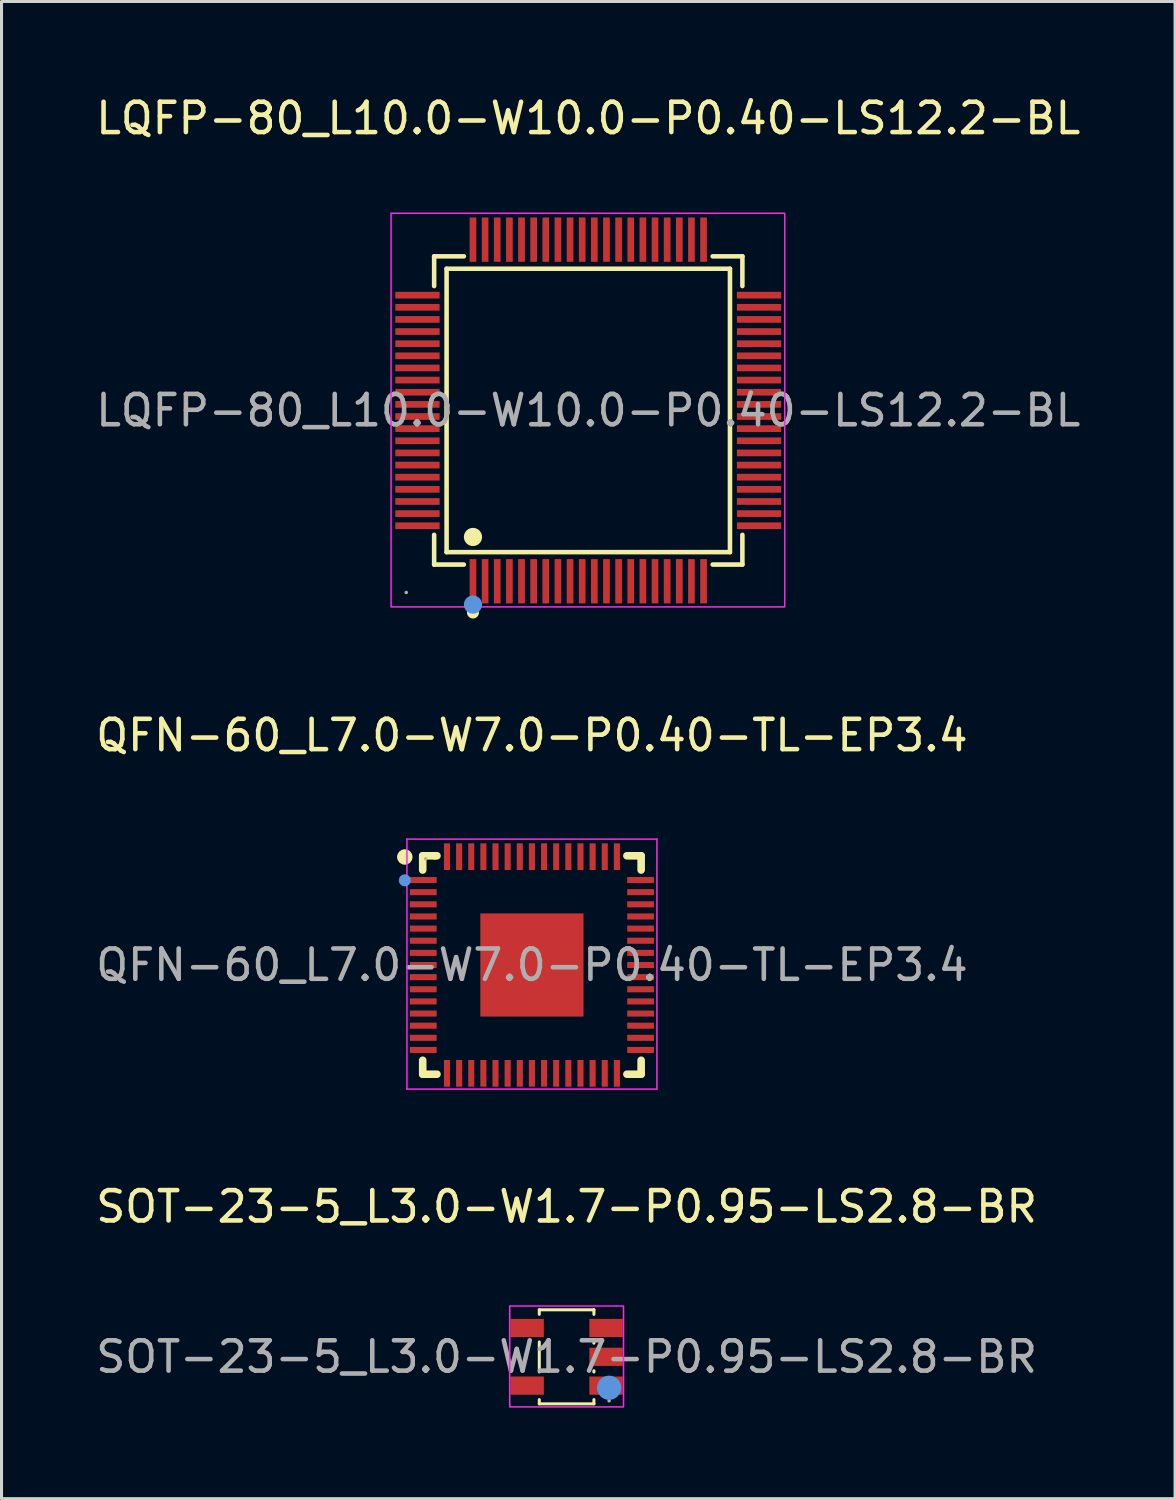
<source format=kicad_pcb>
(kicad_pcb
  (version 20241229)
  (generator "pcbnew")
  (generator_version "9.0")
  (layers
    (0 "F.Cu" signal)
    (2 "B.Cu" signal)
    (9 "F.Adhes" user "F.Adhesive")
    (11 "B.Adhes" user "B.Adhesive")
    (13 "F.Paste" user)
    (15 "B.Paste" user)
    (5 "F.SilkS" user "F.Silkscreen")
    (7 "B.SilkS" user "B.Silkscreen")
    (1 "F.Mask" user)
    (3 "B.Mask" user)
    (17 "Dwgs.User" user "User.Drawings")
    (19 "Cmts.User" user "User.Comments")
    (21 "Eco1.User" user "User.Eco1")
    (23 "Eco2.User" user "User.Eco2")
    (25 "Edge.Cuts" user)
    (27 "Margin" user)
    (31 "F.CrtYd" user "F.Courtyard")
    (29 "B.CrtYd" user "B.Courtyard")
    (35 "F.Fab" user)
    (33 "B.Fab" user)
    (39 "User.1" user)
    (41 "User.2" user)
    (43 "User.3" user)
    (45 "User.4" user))
  (footprint "QFN-60_L7.0-W7.0-P0.40-TL-EP3.4"
    (layer "F.Cu")
    (at 14.482 28.756)
    (property "Reference" "QFN-60_L7.0-W7.0-P0.40-TL-EP3.4" (at 0 -7.57 0) (layer "F.SilkS") (effects (font (size 1 1) (thickness 0.15))))
    (attr smd)
    (fp_line (start -3.6 -3.6) (end -3.6 -3.13) (stroke (width 0.25) (type solid)) (layer "F.SilkS"))
    (fp_line (start -3.6 3.14) (end -3.6 3.6) (stroke (width 0.25) (type solid)) (layer "F.SilkS"))
    (fp_line (start -3.6 3.6) (end -3.13 3.6) (stroke (width 0.25) (type solid)) (layer "F.SilkS"))
    (fp_line (start -3.2 -3.6) (end -3.6 -3.6) (stroke (width 0.25) (type solid)) (layer "F.SilkS"))
    (fp_line (start -3.13 -3.6) (end -3.2 -3.6) (stroke (width 0.25) (type solid)) (layer "F.SilkS"))
    (fp_line (start 3.13 3.6) (end 3.6 3.6) (stroke (width 0.25) (type solid)) (layer "F.SilkS"))
    (fp_line (start 3.6 -3.6) (end 3.13 -3.6) (stroke (width 0.25) (type solid)) (layer "F.SilkS"))
    (fp_line (start 3.6 -3.13) (end 3.6 -3.6) (stroke (width 0.25) (type solid)) (layer "F.SilkS"))
    (fp_line (start 3.6 3.6) (end 3.6 3.14) (stroke (width 0.25) (type solid)) (layer "F.SilkS"))
    (fp_circle (center -4.19 -3.56) (end -4.06 -3.56) (stroke (width 0.25) (type solid)) (fill no) (layer "F.SilkS"))
    (fp_circle (center -4.19 -2.79) (end -4.09 -2.79) (stroke (width 0.2) (type solid)) (fill no) (layer "Cmts.User"))
    (fp_line (start -4.12 -4.15) (end -4.12 4.09) (stroke (width 0.05) (type solid)) (layer "F.CrtYd"))
    (fp_line (start -4.12 4.09) (end 4.12 4.09) (stroke (width 0.05) (type solid)) (layer "F.CrtYd"))
    (fp_line (start 4.12 -4.15) (end -4.12 -4.15) (stroke (width 0.05) (type solid)) (layer "F.CrtYd"))
    (fp_line (start 4.12 4.09) (end 4.12 -4.15) (stroke (width 0.05) (type solid)) (layer "F.CrtYd"))
    (fp_circle (center -3.5 -3.5) (end -3.47 -3.5) (stroke (width 0.06) (type solid)) (fill no) (layer "F.Fab"))
    (fp_text user "${REFERENCE}" (at 0 0 0) (layer "F.Fab") (effects (font (size 1 1) (thickness 0.15))))
    (pad "1" smd rect (at -3.58 -2.8) (size 0.88 0.2) (layers "F.Cu" "F.Mask" "F.Paste"))
    (pad "2" smd rect (at -3.58 -2.4) (size 0.88 0.2) (layers "F.Cu" "F.Mask" "F.Paste"))
    (pad "3" smd rect (at -3.58 -2) (size 0.88 0.2) (layers "F.Cu" "F.Mask" "F.Paste"))
    (pad "4" smd rect (at -3.58 -1.6) (size 0.88 0.2) (layers "F.Cu" "F.Mask" "F.Paste"))
    (pad "5" smd rect (at -3.58 -1.2) (size 0.88 0.2) (layers "F.Cu" "F.Mask" "F.Paste"))
    (pad "6" smd rect (at -3.58 -0.8) (size 0.88 0.2) (layers "F.Cu" "F.Mask" "F.Paste"))
    (pad "7" smd rect (at -3.58 -0.4) (size 0.88 0.2) (layers "F.Cu" "F.Mask" "F.Paste"))
    (pad "8" smd rect (at -3.58 0) (size 0.88 0.2) (layers "F.Cu" "F.Mask" "F.Paste"))
    (pad "9" smd rect (at -3.58 0.4) (size 0.88 0.2) (layers "F.Cu" "F.Mask" "F.Paste"))
    (pad "10" smd rect (at -3.58 0.8) (size 0.88 0.2) (layers "F.Cu" "F.Mask" "F.Paste"))
    (pad "11" smd rect (at -3.58 1.2) (size 0.88 0.2) (layers "F.Cu" "F.Mask" "F.Paste"))
    (pad "12" smd rect (at -3.58 1.6) (size 0.88 0.2) (layers "F.Cu" "F.Mask" "F.Paste"))
    (pad "13" smd rect (at -3.58 2) (size 0.88 0.2) (layers "F.Cu" "F.Mask" "F.Paste"))
    (pad "14" smd rect (at -3.58 2.4) (size 0.88 0.2) (layers "F.Cu" "F.Mask" "F.Paste"))
    (pad "15" smd rect (at -3.58 2.8) (size 0.88 0.2) (layers "F.Cu" "F.Mask" "F.Paste"))
    (pad "16" smd rect (at -2.8 3.57) (size 0.2 0.88) (layers "F.Cu" "F.Mask" "F.Paste"))
    (pad "17" smd rect (at -2.4 3.57) (size 0.2 0.88) (layers "F.Cu" "F.Mask" "F.Paste"))
    (pad "18" smd rect (at -2 3.57) (size 0.2 0.88) (layers "F.Cu" "F.Mask" "F.Paste"))
    (pad "19" smd rect (at -1.6 3.57) (size 0.2 0.88) (layers "F.Cu" "F.Mask" "F.Paste"))
    (pad "20" smd rect (at -1.2 3.57) (size 0.2 0.88) (layers "F.Cu" "F.Mask" "F.Paste"))
    (pad "21" smd rect (at -0.8 3.57) (size 0.2 0.88) (layers "F.Cu" "F.Mask" "F.Paste"))
    (pad "22" smd rect (at -0.4 3.57) (size 0.2 0.88) (layers "F.Cu" "F.Mask" "F.Paste"))
    (pad "23" smd rect (at 0 3.57) (size 0.2 0.88) (layers "F.Cu" "F.Mask" "F.Paste"))
    (pad "24" smd rect (at 0.4 3.57) (size 0.2 0.88) (layers "F.Cu" "F.Mask" "F.Paste"))
    (pad "25" smd rect (at 0.8 3.57) (size 0.2 0.88) (layers "F.Cu" "F.Mask" "F.Paste"))
    (pad "26" smd rect (at 1.2 3.57) (size 0.2 0.88) (layers "F.Cu" "F.Mask" "F.Paste"))
    (pad "27" smd rect (at 1.6 3.57) (size 0.2 0.88) (layers "F.Cu" "F.Mask" "F.Paste"))
    (pad "28" smd rect (at 2 3.57) (size 0.2 0.88) (layers "F.Cu" "F.Mask" "F.Paste"))
    (pad "29" smd rect (at 2.4 3.57) (size 0.2 0.88) (layers "F.Cu" "F.Mask" "F.Paste"))
    (pad "30" smd rect (at 2.8 3.57) (size 0.2 0.88) (layers "F.Cu" "F.Mask" "F.Paste"))
    (pad "31" smd rect (at 3.58 2.8) (size 0.88 0.2) (layers "F.Cu" "F.Mask" "F.Paste"))
    (pad "32" smd rect (at 3.58 2.4) (size 0.88 0.2) (layers "F.Cu" "F.Mask" "F.Paste"))
    (pad "33" smd rect (at 3.58 2) (size 0.88 0.2) (layers "F.Cu" "F.Mask" "F.Paste"))
    (pad "34" smd rect (at 3.58 1.6) (size 0.88 0.2) (layers "F.Cu" "F.Mask" "F.Paste"))
    (pad "35" smd rect (at 3.58 1.2) (size 0.88 0.2) (layers "F.Cu" "F.Mask" "F.Paste"))
    (pad "36" smd rect (at 3.58 0.8) (size 0.88 0.2) (layers "F.Cu" "F.Mask" "F.Paste"))
    (pad "37" smd rect (at 3.58 0.4) (size 0.88 0.2) (layers "F.Cu" "F.Mask" "F.Paste"))
    (pad "38" smd rect (at 3.58 0) (size 0.88 0.2) (layers "F.Cu" "F.Mask" "F.Paste"))
    (pad "39" smd rect (at 3.58 -0.4) (size 0.88 0.2) (layers "F.Cu" "F.Mask" "F.Paste"))
    (pad "40" smd rect (at 3.58 -0.8) (size 0.88 0.2) (layers "F.Cu" "F.Mask" "F.Paste"))
    (pad "41" smd rect (at 3.58 -1.2) (size 0.88 0.2) (layers "F.Cu" "F.Mask" "F.Paste"))
    (pad "42" smd rect (at 3.58 -1.6) (size 0.88 0.2) (layers "F.Cu" "F.Mask" "F.Paste"))
    (pad "43" smd rect (at 3.58 -2) (size 0.88 0.2) (layers "F.Cu" "F.Mask" "F.Paste"))
    (pad "44" smd rect (at 3.58 -2.4) (size 0.88 0.2) (layers "F.Cu" "F.Mask" "F.Paste"))
    (pad "45" smd rect (at 3.58 -2.8) (size 0.88 0.2) (layers "F.Cu" "F.Mask" "F.Paste"))
    (pad "46" smd rect (at 2.8 -3.57) (size 0.2 0.88) (layers "F.Cu" "F.Mask" "F.Paste"))
    (pad "47" smd rect (at 2.4 -3.57) (size 0.2 0.88) (layers "F.Cu" "F.Mask" "F.Paste"))
    (pad "48" smd rect (at 2 -3.57) (size 0.2 0.88) (layers "F.Cu" "F.Mask" "F.Paste"))
    (pad "49" smd rect (at 1.6 -3.57) (size 0.2 0.88) (layers "F.Cu" "F.Mask" "F.Paste"))
    (pad "50" smd rect (at 1.2 -3.57) (size 0.2 0.88) (layers "F.Cu" "F.Mask" "F.Paste"))
    (pad "51" smd rect (at 0.8 -3.57) (size 0.2 0.88) (layers "F.Cu" "F.Mask" "F.Paste"))
    (pad "52" smd rect (at 0.4 -3.57) (size 0.2 0.88) (layers "F.Cu" "F.Mask" "F.Paste"))
    (pad "53" smd rect (at 0 -3.57) (size 0.2 0.88) (layers "F.Cu" "F.Mask" "F.Paste"))
    (pad "54" smd rect (at -0.4 -3.57) (size 0.2 0.88) (layers "F.Cu" "F.Mask" "F.Paste"))
    (pad "55" smd rect (at -0.8 -3.57) (size 0.2 0.88) (layers "F.Cu" "F.Mask" "F.Paste"))
    (pad "56" smd rect (at -1.2 -3.57) (size 0.2 0.88) (layers "F.Cu" "F.Mask" "F.Paste"))
    (pad "57" smd rect (at -1.6 -3.57) (size 0.2 0.88) (layers "F.Cu" "F.Mask" "F.Paste"))
    (pad "58" smd rect (at -2 -3.57) (size 0.2 0.88) (layers "F.Cu" "F.Mask" "F.Paste"))
    (pad "59" smd rect (at -2.4 -3.57) (size 0.2 0.88) (layers "F.Cu" "F.Mask" "F.Paste"))
    (pad "60" smd rect (at -2.8 -3.57) (size 0.2 0.88) (layers "F.Cu" "F.Mask" "F.Paste"))
    (pad "61" smd rect (at 0 0) (size 3.4 3.4) (layers "F.Cu" "F.Mask" "F.Paste")))
  (footprint "SOT-23-5_L3.0-W1.7-P0.95-LS2.8-BR"
    (layer "F.Cu")
    (at 15.625 41.67)
    (property "Reference" "SOT-23-5_L3.0-W1.7-P0.95-LS2.8-BR" (at 0 -4.95 0) (layer "F.SilkS") (effects (font (size 1 1) (thickness 0.15))))
    (attr smd)
    (fp_line (start -0.9 -1.55) (end -0.9 -1.4) (stroke (width 0.1) (type solid)) (layer "F.SilkS"))
    (fp_line (start -0.9 -1.55) (end 0.9 -1.55) (stroke (width 0.1) (type solid)) (layer "F.SilkS"))
    (fp_line (start -0.9 -0.49) (end -0.9 0.5) (stroke (width 0.1) (type solid)) (layer "F.SilkS"))
    (fp_line (start -0.9 1.41) (end -0.9 1.55) (stroke (width 0.1) (type solid)) (layer "F.SilkS"))
    (fp_line (start -0.9 1.55) (end 0.9 1.55) (stroke (width 0.1) (type solid)) (layer "F.SilkS"))
    (fp_line (start 0.9 -1.55) (end 0.9 -1.4) (stroke (width 0.1) (type solid)) (layer "F.SilkS"))
    (fp_line (start 0.9 -0.49) (end 0.9 -0.45) (stroke (width 0.1) (type solid)) (layer "F.SilkS"))
    (fp_line (start 0.9 0.46) (end 0.9 0.5) (stroke (width 0.1) (type solid)) (layer "F.SilkS"))
    (fp_line (start 0.9 1.41) (end 0.9 1.55) (stroke (width 0.1) (type solid)) (layer "F.SilkS"))
    (fp_circle (center 1.4 1.02) (end 1.6 1.02) (stroke (width 0.4) (type solid)) (fill no) (layer "Cmts.User"))
    (fp_rect (start -1.875 -1.675) (end 1.875 1.65) (stroke (width 0.05) (type default)) (fill no) (layer "F.CrtYd"))
    (fp_circle (center 1.4 1.45) (end 1.43 1.45) (stroke (width 0.06) (type solid)) (fill no) (layer "F.Fab"))
    (fp_text user "${REFERENCE}" (at 0 0 0) (layer "F.Fab") (effects (font (size 1 1) (thickness 0.15))))
    (pad "1" smd rect (at 1.3 0.95) (size 1.1 0.6) (layers "F.Cu" "F.Mask" "F.Paste"))
    (pad "2" smd rect (at 1.3 0) (size 1.1 0.6) (layers "F.Cu" "F.Mask" "F.Paste"))
    (pad "3" smd rect (at 1.3 -0.95) (size 1.1 0.6) (layers "F.Cu" "F.Mask" "F.Paste"))
    (pad "4" smd rect (at -1.3 -0.95) (size 1.1 0.6) (layers "F.Cu" "F.Mask" "F.Paste"))
    (pad "5" smd rect (at -1.3 0.95) (size 1.1 0.6) (layers "F.Cu" "F.Mask" "F.Paste")))
  (footprint "LQFP-80_L10.0-W10.0-P0.40-LS12.2-BL"
    (layer "F.Cu")
    (at 16.339 10.478)
    (property "Reference" "LQFP-80_L10.0-W10.0-P0.40-LS12.2-BL" (at 0 -9.63 0) (layer "F.SilkS") (effects (font (size 1 1) (thickness 0.15))))
    (attr smd)
    (fp_line (start -5.08 -5.08) (end -4.1 -5.08) (stroke (width 0.15) (type solid)) (layer "F.SilkS"))
    (fp_line (start -5.08 -4.1) (end -5.08 -5.08) (stroke (width 0.15) (type solid)) (layer "F.SilkS"))
    (fp_line (start -5.08 4.1) (end -5.08 5.08) (stroke (width 0.15) (type solid)) (layer "F.SilkS"))
    (fp_line (start -5.08 5.08) (end -4.1 5.08) (stroke (width 0.15) (type solid)) (layer "F.SilkS"))
    (fp_line (start -4.67 -4.67) (end 4.67 -4.67) (stroke (width 0.15) (type solid)) (layer "F.SilkS"))
    (fp_line (start -4.67 4.67) (end -4.67 -4.67) (stroke (width 0.15) (type solid)) (layer "F.SilkS"))
    (fp_line (start 4.67 -4.67) (end 4.67 4.67) (stroke (width 0.15) (type solid)) (layer "F.SilkS"))
    (fp_line (start 4.67 4.67) (end -4.67 4.67) (stroke (width 0.15) (type solid)) (layer "F.SilkS"))
    (fp_line (start 5.08 -5.08) (end 4.1 -5.08) (stroke (width 0.15) (type solid)) (layer "F.SilkS"))
    (fp_line (start 5.08 -4.1) (end 5.08 -5.08) (stroke (width 0.15) (type solid)) (layer "F.SilkS"))
    (fp_line (start 5.08 4.1) (end 5.08 5.08) (stroke (width 0.15) (type solid)) (layer "F.SilkS"))
    (fp_line (start 5.08 5.08) (end 4.1 5.08) (stroke (width 0.15) (type solid)) (layer "F.SilkS"))
    (fp_circle (center -3.8 4.17) (end -3.65 4.17) (stroke (width 0.3) (type solid)) (fill no) (layer "F.SilkS"))
    (fp_circle (center -3.8 6.66) (end -3.7 6.66) (stroke (width 0.2) (type solid)) (fill no) (layer "F.SilkS"))
    (fp_circle (center -3.8 6.4) (end -3.65 6.4) (stroke (width 0.3) (type solid)) (fill no) (layer "Cmts.User"))
    (fp_rect (start -6.5 -6.5) (end 6.475 6.475) (stroke (width 0.05) (type default)) (fill no) (layer "F.CrtYd"))
    (fp_circle (center -6 6) (end -5.97 6) (stroke (width 0.06) (type solid)) (fill no) (layer "F.Fab"))
    (fp_text user "${REFERENCE}" (at 0 0 0) (layer "F.Fab") (effects (font (size 1 1) (thickness 0.15))))
    (pad "1" smd rect (at -3.8 5.63) (size 0.22 1.46) (layers "F.Cu" "F.Mask" "F.Paste"))
    (pad "2" smd rect (at -3.4 5.63) (size 0.22 1.46) (layers "F.Cu" "F.Mask" "F.Paste"))
    (pad "3" smd rect (at -3 5.63) (size 0.22 1.46) (layers "F.Cu" "F.Mask" "F.Paste"))
    (pad "4" smd rect (at -2.6 5.63) (size 0.22 1.46) (layers "F.Cu" "F.Mask" "F.Paste"))
    (pad "5" smd rect (at -2.2 5.63) (size 0.22 1.46) (layers "F.Cu" "F.Mask" "F.Paste"))
    (pad "6" smd rect (at -1.8 5.63) (size 0.22 1.46) (layers "F.Cu" "F.Mask" "F.Paste"))
    (pad "7" smd rect (at -1.4 5.63) (size 0.22 1.46) (layers "F.Cu" "F.Mask" "F.Paste"))
    (pad "8" smd rect (at -1 5.63) (size 0.22 1.46) (layers "F.Cu" "F.Mask" "F.Paste"))
    (pad "9" smd rect (at -0.6 5.63) (size 0.22 1.46) (layers "F.Cu" "F.Mask" "F.Paste"))
    (pad "10" smd rect (at -0.2 5.63) (size 0.22 1.46) (layers "F.Cu" "F.Mask" "F.Paste"))
    (pad "11" smd rect (at 0.2 5.63) (size 0.22 1.46) (layers "F.Cu" "F.Mask" "F.Paste"))
    (pad "12" smd rect (at 0.6 5.63) (size 0.22 1.46) (layers "F.Cu" "F.Mask" "F.Paste"))
    (pad "13" smd rect (at 1 5.63) (size 0.22 1.46) (layers "F.Cu" "F.Mask" "F.Paste"))
    (pad "14" smd rect (at 1.4 5.63) (size 0.22 1.46) (layers "F.Cu" "F.Mask" "F.Paste"))
    (pad "15" smd rect (at 1.8 5.63) (size 0.22 1.46) (layers "F.Cu" "F.Mask" "F.Paste"))
    (pad "16" smd rect (at 2.2 5.63) (size 0.22 1.46) (layers "F.Cu" "F.Mask" "F.Paste"))
    (pad "17" smd rect (at 2.6 5.63) (size 0.22 1.46) (layers "F.Cu" "F.Mask" "F.Paste"))
    (pad "18" smd rect (at 3 5.63) (size 0.22 1.46) (layers "F.Cu" "F.Mask" "F.Paste"))
    (pad "19" smd rect (at 3.4 5.63) (size 0.22 1.46) (layers "F.Cu" "F.Mask" "F.Paste"))
    (pad "20" smd rect (at 3.8 5.63) (size 0.22 1.46) (layers "F.Cu" "F.Mask" "F.Paste"))
    (pad "21" smd rect (at 5.63 3.8) (size 1.46 0.22) (layers "F.Cu" "F.Mask" "F.Paste"))
    (pad "22" smd rect (at 5.63 3.4) (size 1.46 0.22) (layers "F.Cu" "F.Mask" "F.Paste"))
    (pad "23" smd rect (at 5.63 3) (size 1.46 0.22) (layers "F.Cu" "F.Mask" "F.Paste"))
    (pad "24" smd rect (at 5.63 2.6) (size 1.46 0.22) (layers "F.Cu" "F.Mask" "F.Paste"))
    (pad "25" smd rect (at 5.63 2.2) (size 1.46 0.22) (layers "F.Cu" "F.Mask" "F.Paste"))
    (pad "26" smd rect (at 5.63 1.8) (size 1.46 0.22) (layers "F.Cu" "F.Mask" "F.Paste"))
    (pad "27" smd rect (at 5.63 1.4) (size 1.46 0.22) (layers "F.Cu" "F.Mask" "F.Paste"))
    (pad "28" smd rect (at 5.63 1) (size 1.46 0.22) (layers "F.Cu" "F.Mask" "F.Paste"))
    (pad "29" smd rect (at 5.63 0.6) (size 1.46 0.22) (layers "F.Cu" "F.Mask" "F.Paste"))
    (pad "30" smd rect (at 5.63 0.2) (size 1.46 0.22) (layers "F.Cu" "F.Mask" "F.Paste"))
    (pad "31" smd rect (at 5.63 -0.2) (size 1.46 0.22) (layers "F.Cu" "F.Mask" "F.Paste"))
    (pad "32" smd rect (at 5.63 -0.6) (size 1.46 0.22) (layers "F.Cu" "F.Mask" "F.Paste"))
    (pad "33" smd rect (at 5.63 -1) (size 1.46 0.22) (layers "F.Cu" "F.Mask" "F.Paste"))
    (pad "34" smd rect (at 5.63 -1.4) (size 1.46 0.22) (layers "F.Cu" "F.Mask" "F.Paste"))
    (pad "35" smd rect (at 5.63 -1.8) (size 1.46 0.22) (layers "F.Cu" "F.Mask" "F.Paste"))
    (pad "36" smd rect (at 5.63 -2.2) (size 1.46 0.22) (layers "F.Cu" "F.Mask" "F.Paste"))
    (pad "37" smd rect (at 5.63 -2.6) (size 1.46 0.22) (layers "F.Cu" "F.Mask" "F.Paste"))
    (pad "38" smd rect (at 5.63 -3) (size 1.46 0.22) (layers "F.Cu" "F.Mask" "F.Paste"))
    (pad "39" smd rect (at 5.63 -3.4) (size 1.46 0.22) (layers "F.Cu" "F.Mask" "F.Paste"))
    (pad "40" smd rect (at 5.63 -3.8) (size 1.46 0.22) (layers "F.Cu" "F.Mask" "F.Paste"))
    (pad "41" smd rect (at 3.8 -5.63) (size 0.22 1.46) (layers "F.Cu" "F.Mask" "F.Paste"))
    (pad "42" smd rect (at 3.4 -5.63) (size 0.22 1.46) (layers "F.Cu" "F.Mask" "F.Paste"))
    (pad "43" smd rect (at 3 -5.63) (size 0.22 1.46) (layers "F.Cu" "F.Mask" "F.Paste"))
    (pad "44" smd rect (at 2.6 -5.63) (size 0.22 1.46) (layers "F.Cu" "F.Mask" "F.Paste"))
    (pad "45" smd rect (at 2.2 -5.63) (size 0.22 1.46) (layers "F.Cu" "F.Mask" "F.Paste"))
    (pad "46" smd rect (at 1.8 -5.63) (size 0.22 1.46) (layers "F.Cu" "F.Mask" "F.Paste"))
    (pad "47" smd rect (at 1.4 -5.63) (size 0.22 1.46) (layers "F.Cu" "F.Mask" "F.Paste"))
    (pad "48" smd rect (at 1 -5.63) (size 0.22 1.46) (layers "F.Cu" "F.Mask" "F.Paste"))
    (pad "49" smd rect (at 0.6 -5.63) (size 0.22 1.46) (layers "F.Cu" "F.Mask" "F.Paste"))
    (pad "50" smd rect (at 0.2 -5.63) (size 0.22 1.46) (layers "F.Cu" "F.Mask" "F.Paste"))
    (pad "51" smd rect (at -0.2 -5.63) (size 0.22 1.46) (layers "F.Cu" "F.Mask" "F.Paste"))
    (pad "52" smd rect (at -0.6 -5.63) (size 0.22 1.46) (layers "F.Cu" "F.Mask" "F.Paste"))
    (pad "53" smd rect (at -1 -5.63) (size 0.22 1.46) (layers "F.Cu" "F.Mask" "F.Paste"))
    (pad "54" smd rect (at -1.4 -5.63) (size 0.22 1.46) (layers "F.Cu" "F.Mask" "F.Paste"))
    (pad "55" smd rect (at -1.8 -5.63) (size 0.22 1.46) (layers "F.Cu" "F.Mask" "F.Paste"))
    (pad "56" smd rect (at -2.2 -5.63) (size 0.22 1.46) (layers "F.Cu" "F.Mask" "F.Paste"))
    (pad "57" smd rect (at -2.6 -5.63) (size 0.22 1.46) (layers "F.Cu" "F.Mask" "F.Paste"))
    (pad "58" smd rect (at -3 -5.63) (size 0.22 1.46) (layers "F.Cu" "F.Mask" "F.Paste"))
    (pad "59" smd rect (at -3.4 -5.63) (size 0.22 1.46) (layers "F.Cu" "F.Mask" "F.Paste"))
    (pad "60" smd rect (at -3.8 -5.63) (size 0.22 1.46) (layers "F.Cu" "F.Mask" "F.Paste"))
    (pad "61" smd rect (at -5.63 -3.8) (size 1.46 0.22) (layers "F.Cu" "F.Mask" "F.Paste"))
    (pad "62" smd rect (at -5.63 -3.4) (size 1.46 0.22) (layers "F.Cu" "F.Mask" "F.Paste"))
    (pad "63" smd rect (at -5.63 -3) (size 1.46 0.22) (layers "F.Cu" "F.Mask" "F.Paste"))
    (pad "64" smd rect (at -5.63 -2.6) (size 1.46 0.22) (layers "F.Cu" "F.Mask" "F.Paste"))
    (pad "65" smd rect (at -5.63 -2.2) (size 1.46 0.22) (layers "F.Cu" "F.Mask" "F.Paste"))
    (pad "66" smd rect (at -5.63 -1.8) (size 1.46 0.22) (layers "F.Cu" "F.Mask" "F.Paste"))
    (pad "67" smd rect (at -5.63 -1.4) (size 1.46 0.22) (layers "F.Cu" "F.Mask" "F.Paste"))
    (pad "68" smd rect (at -5.63 -1) (size 1.46 0.22) (layers "F.Cu" "F.Mask" "F.Paste"))
    (pad "69" smd rect (at -5.63 -0.6) (size 1.46 0.22) (layers "F.Cu" "F.Mask" "F.Paste"))
    (pad "70" smd rect (at -5.63 -0.2) (size 1.46 0.22) (layers "F.Cu" "F.Mask" "F.Paste"))
    (pad "71" smd rect (at -5.63 0.2) (size 1.46 0.22) (layers "F.Cu" "F.Mask" "F.Paste"))
    (pad "72" smd rect (at -5.63 0.6) (size 1.46 0.22) (layers "F.Cu" "F.Mask" "F.Paste"))
    (pad "73" smd rect (at -5.63 1) (size 1.46 0.22) (layers "F.Cu" "F.Mask" "F.Paste"))
    (pad "74" smd rect (at -5.63 1.4) (size 1.46 0.22) (layers "F.Cu" "F.Mask" "F.Paste"))
    (pad "75" smd rect (at -5.63 1.8) (size 1.46 0.22) (layers "F.Cu" "F.Mask" "F.Paste"))
    (pad "76" smd rect (at -5.63 2.2) (size 1.46 0.22) (layers "F.Cu" "F.Mask" "F.Paste"))
    (pad "77" smd rect (at -5.63 2.6) (size 1.46 0.22) (layers "F.Cu" "F.Mask" "F.Paste"))
    (pad "78" smd rect (at -5.63 3) (size 1.46 0.22) (layers "F.Cu" "F.Mask" "F.Paste"))
    (pad "79" smd rect (at -5.63 3.4) (size 1.46 0.22) (layers "F.Cu" "F.Mask" "F.Paste"))
    (pad "80" smd rect (at -5.63 3.8) (size 1.46 0.22) (layers "F.Cu" "F.Mask" "F.Paste")))
  (gr_rect
    (start -3 -3)
    (end 35.679 46.345)
    (stroke (width 0.1) (type default))
    (fill no)
    (layer "Edge.Cuts")))
</source>
